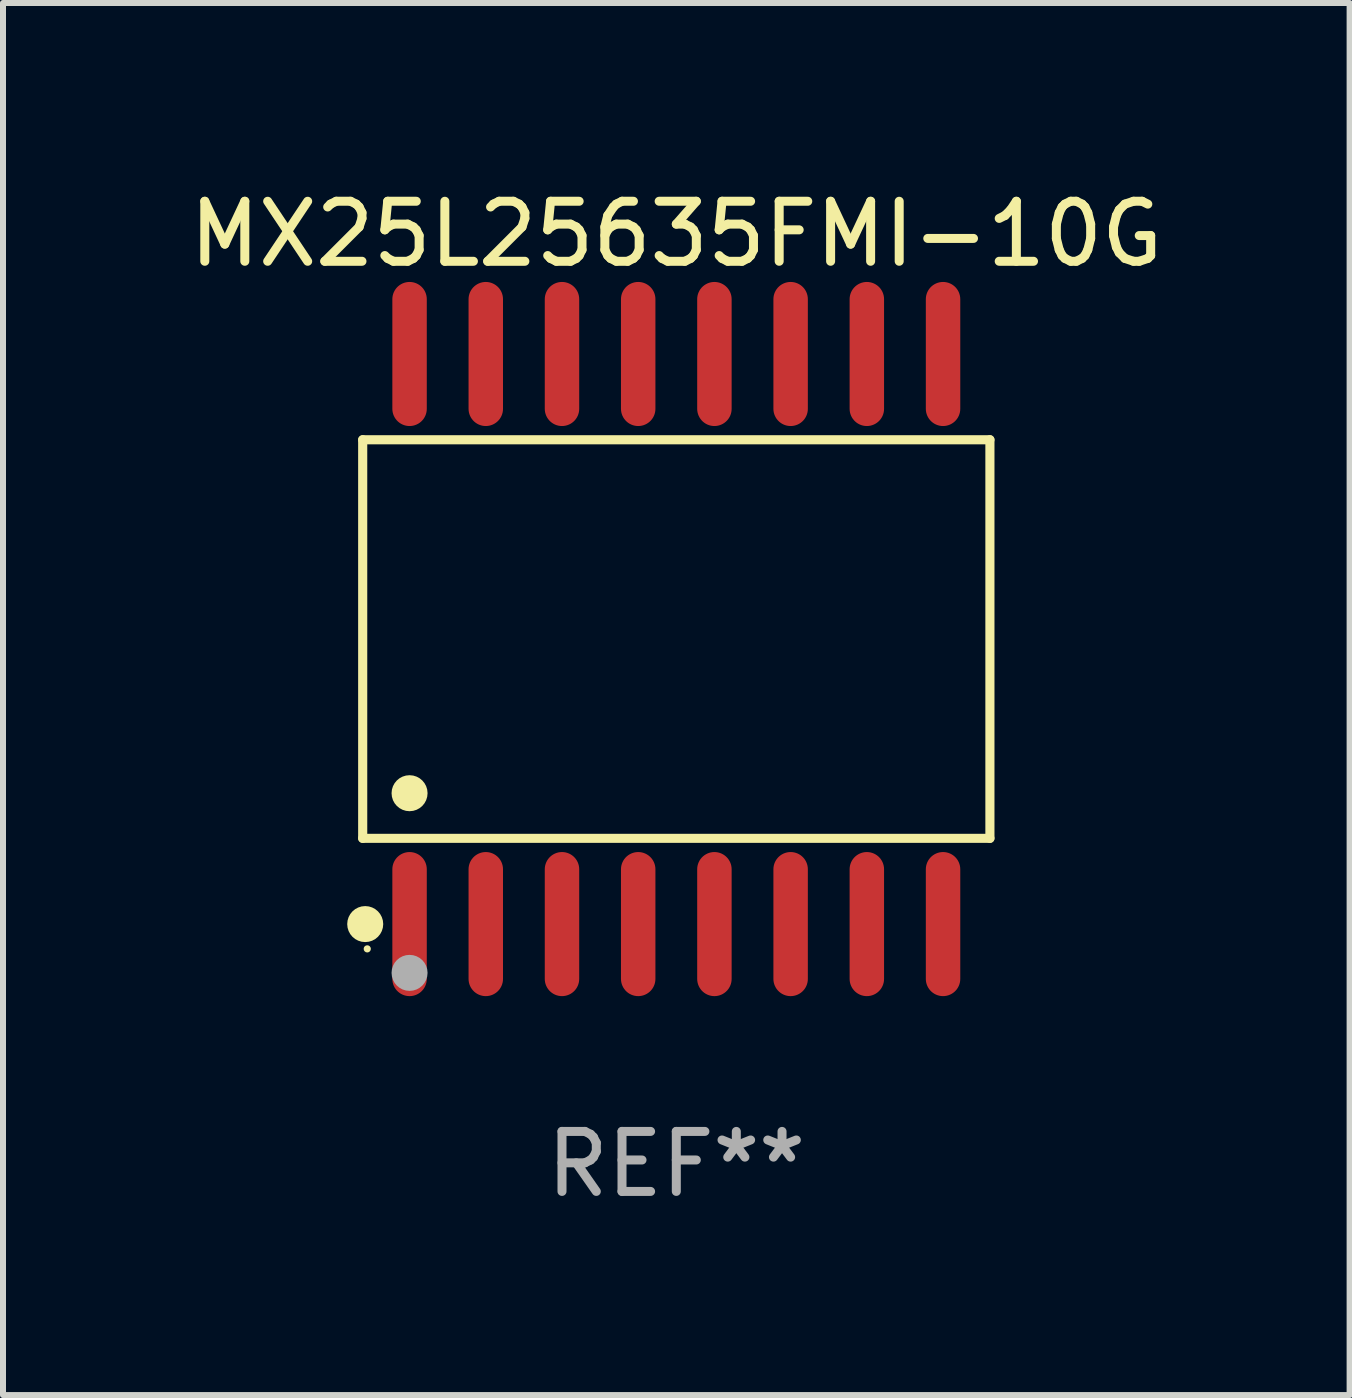
<source format=kicad_pcb>
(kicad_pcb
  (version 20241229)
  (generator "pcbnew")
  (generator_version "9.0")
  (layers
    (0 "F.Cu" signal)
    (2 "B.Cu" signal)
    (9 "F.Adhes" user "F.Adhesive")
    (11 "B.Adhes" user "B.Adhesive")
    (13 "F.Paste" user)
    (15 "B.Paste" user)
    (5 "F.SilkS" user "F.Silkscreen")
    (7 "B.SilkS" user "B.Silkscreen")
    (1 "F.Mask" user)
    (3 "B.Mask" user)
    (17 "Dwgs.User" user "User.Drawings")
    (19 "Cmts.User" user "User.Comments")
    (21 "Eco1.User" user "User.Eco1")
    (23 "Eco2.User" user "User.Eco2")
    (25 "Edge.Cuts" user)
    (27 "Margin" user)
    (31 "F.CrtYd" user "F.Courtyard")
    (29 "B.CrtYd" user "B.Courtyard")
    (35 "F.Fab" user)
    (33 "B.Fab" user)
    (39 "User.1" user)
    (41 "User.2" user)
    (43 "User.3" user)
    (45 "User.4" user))
  (footprint "MX25L25635FMI-10G"
    (layer "F.Cu")
    (at 8.22 7.599)
    (property "Reference" "MX25L25635FMI-10G" (at 0 -6.75 0) (layer "F.SilkS") (effects (font (size 1 1) (thickness 0.15))))
    (attr through_hole)
    (fp_line (start -5.226 -3.321) (end 5.226 -3.321) (stroke (width 0.152) (type solid)) (layer "F.SilkS"))
    (fp_line (start -5.226 3.321) (end -5.226 -3.321) (stroke (width 0.152) (type solid)) (layer "F.SilkS"))
    (fp_line (start 5.226 -3.321) (end 5.226 3.321) (stroke (width 0.152) (type solid)) (layer "F.SilkS"))
    (fp_line (start 5.226 3.321) (end -5.226 3.321) (stroke (width 0.152) (type solid)) (layer "F.SilkS"))
    (fp_circle (center -5.184 4.75) (end -5.034 4.75) (stroke (width 0.3) (type solid)) (fill no) (layer "F.SilkS"))
    (fp_circle (center -5.15 5.163) (end -5.12 5.163) (stroke (width 0.06) (type solid)) (fill no) (layer "F.SilkS"))
    (fp_circle (center -4.445 2.569) (end -4.295 2.569) (stroke (width 0.3) (type solid)) (fill no) (layer "F.SilkS"))
    (fp_circle (center -4.445 5.563) (end -4.295 5.563) (stroke (width 0.3) (type solid)) (fill no) (layer "F.Fab"))
    (fp_text user "REF**" (at 0 8.75 0) (layer "F.Fab") (effects (font (size 1 1) (thickness 0.15))))
    (pad "1" smd oval (at -4.445 4.75) (size 0.574 2.401) (layers "F.Cu" "F.Mask" "F.Paste"))
    (pad "2" smd oval (at -3.175 4.75) (size 0.574 2.401) (layers "F.Cu" "F.Mask" "F.Paste"))
    (pad "3" smd oval (at -1.905 4.75) (size 0.574 2.401) (layers "F.Cu" "F.Mask" "F.Paste"))
    (pad "4" smd oval (at -0.635 4.75) (size 0.574 2.401) (layers "F.Cu" "F.Mask" "F.Paste"))
    (pad "5" smd oval (at 0.635 4.75) (size 0.574 2.401) (layers "F.Cu" "F.Mask" "F.Paste"))
    (pad "6" smd oval (at 1.905 4.75) (size 0.574 2.401) (layers "F.Cu" "F.Mask" "F.Paste"))
    (pad "7" smd oval (at 3.175 4.75) (size 0.574 2.401) (layers "F.Cu" "F.Mask" "F.Paste"))
    (pad "8" smd oval (at 4.445 4.75) (size 0.574 2.401) (layers "F.Cu" "F.Mask" "F.Paste"))
    (pad "9" smd oval (at 4.445 -4.75) (size 0.574 2.401) (layers "F.Cu" "F.Mask" "F.Paste"))
    (pad "10" smd oval (at 3.175 -4.75) (size 0.574 2.401) (layers "F.Cu" "F.Mask" "F.Paste"))
    (pad "11" smd oval (at 1.905 -4.75) (size 0.574 2.401) (layers "F.Cu" "F.Mask" "F.Paste"))
    (pad "12" smd oval (at 0.635 -4.75) (size 0.574 2.401) (layers "F.Cu" "F.Mask" "F.Paste"))
    (pad "13" smd oval (at -0.635 -4.75) (size 0.574 2.401) (layers "F.Cu" "F.Mask" "F.Paste"))
    (pad "14" smd oval (at -1.905 -4.75) (size 0.574 2.401) (layers "F.Cu" "F.Mask" "F.Paste"))
    (pad "15" smd oval (at -3.175 -4.75) (size 0.574 2.401) (layers "F.Cu" "F.Mask" "F.Paste"))
    (pad "16" smd oval (at -4.445 -4.75) (size 0.574 2.401) (layers "F.Cu" "F.Mask" "F.Paste")))
  (gr_rect
    (start -3 -3)
    (end 19.44 20.197)
    (stroke (width 0.1) (type default))
    (fill no)
    (layer "Edge.Cuts")))
</source>
